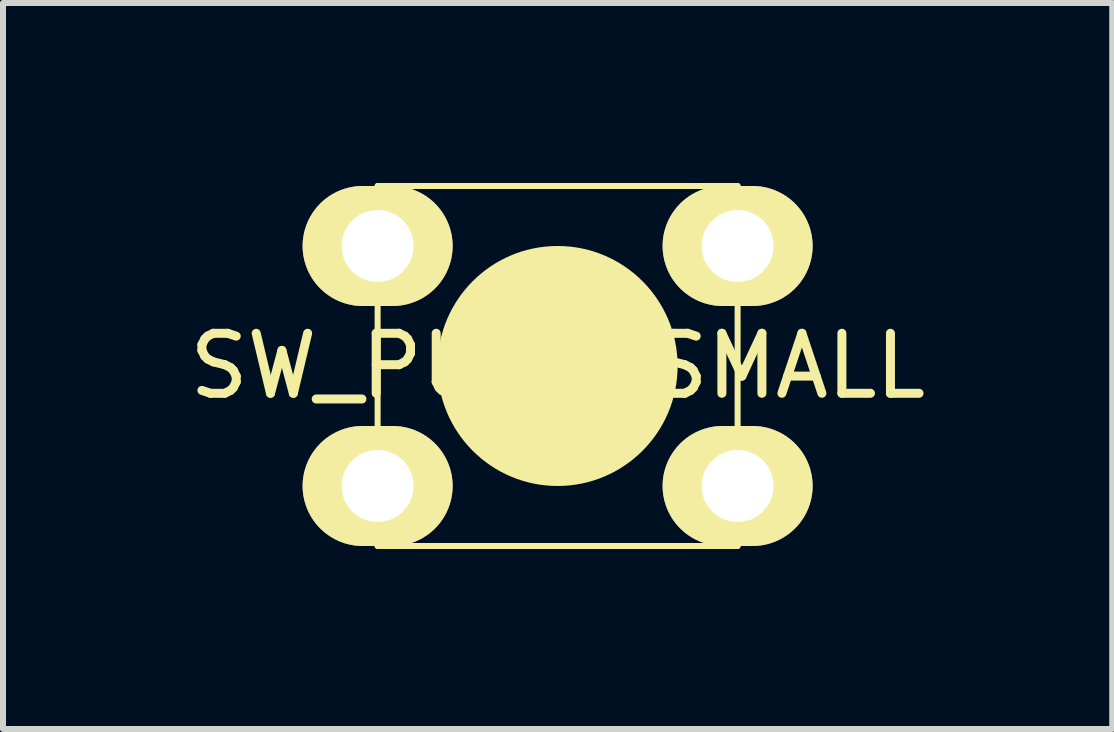
<source format=kicad_pcb>
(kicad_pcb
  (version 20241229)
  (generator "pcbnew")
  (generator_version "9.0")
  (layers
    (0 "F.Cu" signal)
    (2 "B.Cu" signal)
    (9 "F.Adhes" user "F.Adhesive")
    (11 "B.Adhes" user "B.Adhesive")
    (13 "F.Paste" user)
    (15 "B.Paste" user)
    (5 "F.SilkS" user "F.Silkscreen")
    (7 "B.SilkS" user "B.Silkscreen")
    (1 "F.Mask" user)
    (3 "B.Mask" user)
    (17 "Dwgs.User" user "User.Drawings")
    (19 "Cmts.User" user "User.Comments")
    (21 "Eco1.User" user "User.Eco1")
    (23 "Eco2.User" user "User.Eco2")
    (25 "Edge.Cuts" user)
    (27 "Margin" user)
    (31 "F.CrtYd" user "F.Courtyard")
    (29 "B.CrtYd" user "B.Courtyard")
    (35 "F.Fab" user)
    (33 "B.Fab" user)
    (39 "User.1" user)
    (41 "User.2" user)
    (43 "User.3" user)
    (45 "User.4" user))
  (footprint "SW_PUSH_SMALL"
    (layer "F.Cu")
    (at 6.244 3.05)
    (property "Reference" "SW_PUSH_SMALL" (at 0 0 0) (layer "F.SilkS") (effects (font (size 1 1) (thickness 0.15))))
    (attr through_hole)
    (fp_line (start -3 -3) (end -3 3) (stroke (width 0.1) (type solid)) (layer "F.SilkS"))
    (fp_line (start -3 -3) (end 3 -3) (stroke (width 0.1) (type solid)) (layer "F.SilkS"))
    (fp_line (start 3 -3) (end 3 3) (stroke (width 0.1) (type solid)) (layer "F.SilkS"))
    (fp_line (start 3 3) (end -3 3) (stroke (width 0.1) (type solid)) (layer "F.SilkS"))
    (fp_circle (center 0 0) (end 0 -2) (stroke (width 0) (type solid)) (fill yes) (layer "F.SilkS"))
    (pad "1" thru_hole oval (at -3 -2) (size 2.5 2) (drill 1.2) (layers "*.Cu" "*.Mask" "F.SilkS"))
    (pad "1" thru_hole oval (at 3 -2) (size 2.5 2) (drill 1.2) (layers "*.Cu" "*.Mask" "F.SilkS"))
    (pad "2" thru_hole oval (at -3 2) (size 2.5 2) (drill 1.2) (layers "*.Cu" "*.Mask" "F.SilkS"))
    (pad "2" thru_hole oval (at 3 2) (size 2.5 2) (drill 1.2) (layers "*.Cu" "*.Mask" "F.SilkS")))
  (gr_rect
    (start -3 -3)
    (end 15.488 9.1)
    (stroke (width 0.1) (type default))
    (fill no)
    (layer "Edge.Cuts")))
</source>
